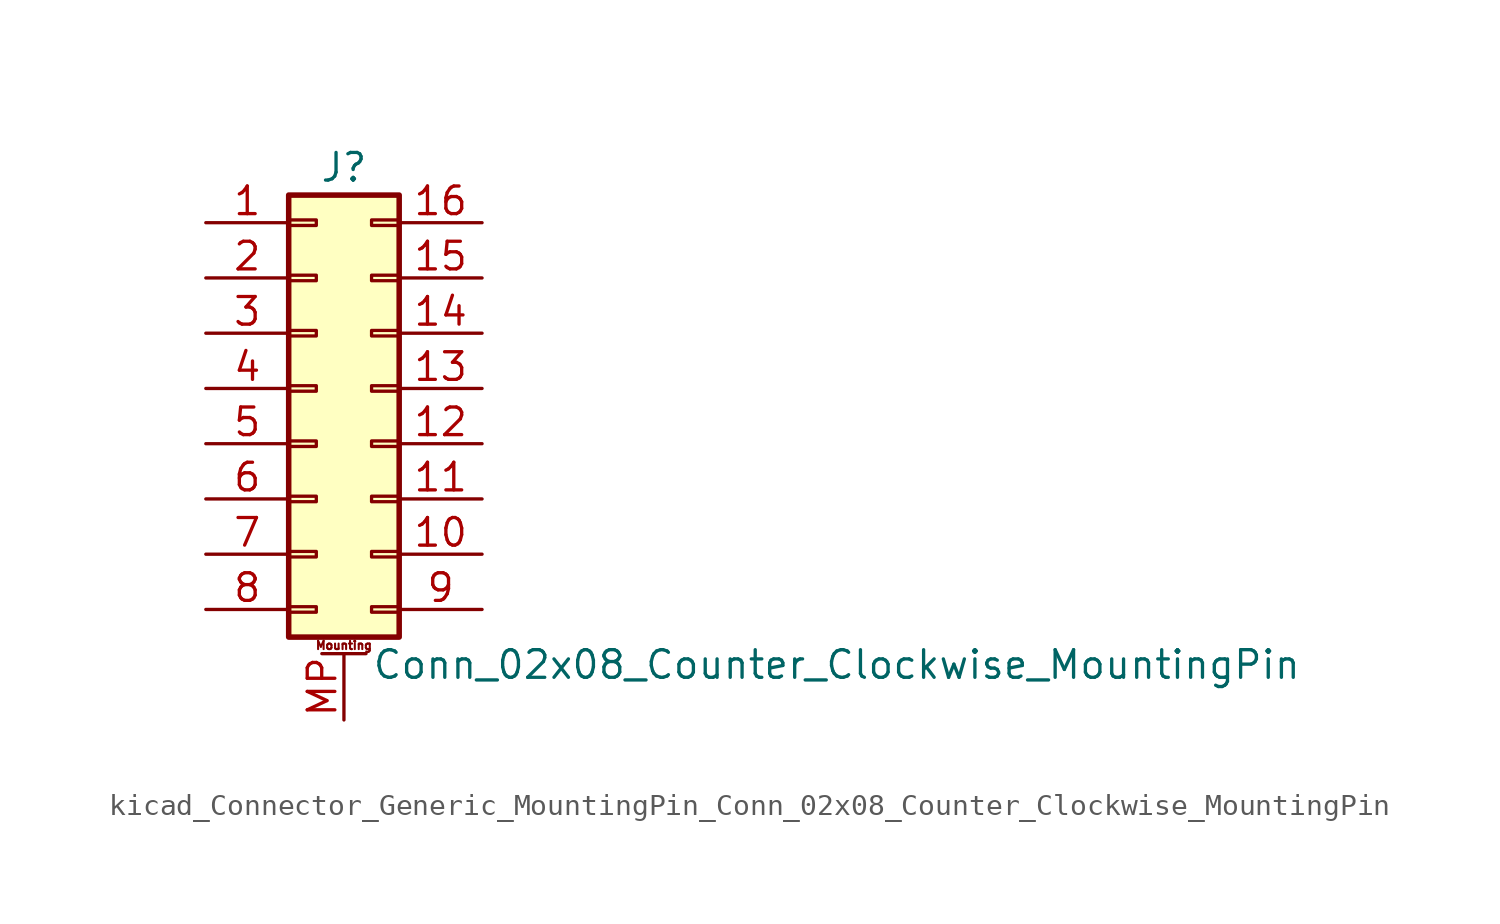
<source format=kicad_sym>
(kicad_symbol_lib
  (version 20220914)
  (generator kicad_symbol_editor)
  (symbol "kicad_Connector_Generic_MountingPin_Conn_02x08_Counter_Clockwise_MountingPin"
    (pin_names
      (offset 1.016) hide)
    (property "Reference" "J"
      (at 1.27 10.16 0)
      (effects (font (size 1.27 1.27))))
    (property "Value" "Conn_02x08_Counter_Clockwise_MountingPin"
      (at 2.54 -12.7 0)
      (effects (font (size 1.27 1.27)) (justify left)))
    (symbol "kicad_Connector_Generic_MountingPin_Conn_02x08_Counter_Clockwise_MountingPin_1_1"
      (rectangle (start -1.27 -10.033) (end 0 -10.287) (stroke (width 0.152) (type default)) (fill (type none)))
      (rectangle (start -1.27 -7.493) (end 0 -7.747) (stroke (width 0.152) (type default)) (fill (type none)))
      (rectangle (start -1.27 -4.953) (end 0 -5.207) (stroke (width 0.152) (type default)) (fill (type none)))
      (rectangle (start -1.27 -2.413) (end 0 -2.667) (stroke (width 0.152) (type default)) (fill (type none)))
      (rectangle (start -1.27 0.127) (end 0 -0.127) (stroke (width 0.152) (type default)) (fill (type none)))
      (rectangle (start -1.27 2.667) (end 0 2.413) (stroke (width 0.152) (type default)) (fill (type none)))
      (rectangle (start -1.27 5.207) (end 0 4.953) (stroke (width 0.152) (type default)) (fill (type none)))
      (rectangle (start -1.27 7.747) (end 0 7.493) (stroke (width 0.152) (type default)) (fill (type none)))
      (rectangle (start -1.27 8.89) (end 3.81 -11.43) (stroke (width 0.254) (type default)) (fill (type background)))
      (polyline (pts (xy 0.254 -12.192) (xy 2.286 -12.192)) (stroke (width 0.152) (type default)) (fill (type none)))
      (rectangle (start 3.81 -10.033) (end 2.54 -10.287) (stroke (width 0.152) (type default)) (fill (type none)))
      (rectangle (start 3.81 -7.493) (end 2.54 -7.747) (stroke (width 0.152) (type default)) (fill (type none)))
      (rectangle (start 3.81 -4.953) (end 2.54 -5.207) (stroke (width 0.152) (type default)) (fill (type none)))
      (rectangle (start 3.81 -2.413) (end 2.54 -2.667) (stroke (width 0.152) (type default)) (fill (type none)))
      (rectangle (start 3.81 0.127) (end 2.54 -0.127) (stroke (width 0.152) (type default)) (fill (type none)))
      (rectangle (start 3.81 2.667) (end 2.54 2.413) (stroke (width 0.152) (type default)) (fill (type none)))
      (rectangle (start 3.81 5.207) (end 2.54 4.953) (stroke (width 0.152) (type default)) (fill (type none)))
      (rectangle (start 3.81 7.747) (end 2.54 7.493) (stroke (width 0.152) (type default)) (fill (type none)))
      (text "Mounting" (at 1.27 -11.811 0) (effects (font (size 0.381 0.381))))
      (pin passive line (at -5.08 7.62 0) (length 3.81) (name "Pin_1" (effects (font (size 1.27 1.27)))) (number "1" (effects (font (size 1.27 1.27)))))
      (pin passive line (at 7.62 -7.62 180) (length 3.81) (name "Pin_10" (effects (font (size 1.27 1.27)))) (number "10" (effects (font (size 1.27 1.27)))))
      (pin passive line (at 7.62 -5.08 180) (length 3.81) (name "Pin_11" (effects (font (size 1.27 1.27)))) (number "11" (effects (font (size 1.27 1.27)))))
      (pin passive line (at 7.62 -2.54 180) (length 3.81) (name "Pin_12" (effects (font (size 1.27 1.27)))) (number "12" (effects (font (size 1.27 1.27)))))
      (pin passive line (at 7.62 0 180) (length 3.81) (name "Pin_13" (effects (font (size 1.27 1.27)))) (number "13" (effects (font (size 1.27 1.27)))))
      (pin passive line (at 7.62 2.54 180) (length 3.81) (name "Pin_14" (effects (font (size 1.27 1.27)))) (number "14" (effects (font (size 1.27 1.27)))))
      (pin passive line (at 7.62 5.08 180) (length 3.81) (name "Pin_15" (effects (font (size 1.27 1.27)))) (number "15" (effects (font (size 1.27 1.27)))))
      (pin passive line (at 7.62 7.62 180) (length 3.81) (name "Pin_16" (effects (font (size 1.27 1.27)))) (number "16" (effects (font (size 1.27 1.27)))))
      (pin passive line (at -5.08 5.08 0) (length 3.81) (name "Pin_2" (effects (font (size 1.27 1.27)))) (number "2" (effects (font (size 1.27 1.27)))))
      (pin passive line (at -5.08 2.54 0) (length 3.81) (name "Pin_3" (effects (font (size 1.27 1.27)))) (number "3" (effects (font (size 1.27 1.27)))))
      (pin passive line (at -5.08 0 0) (length 3.81) (name "Pin_4" (effects (font (size 1.27 1.27)))) (number "4" (effects (font (size 1.27 1.27)))))
      (pin passive line (at -5.08 -2.54 0) (length 3.81) (name "Pin_5" (effects (font (size 1.27 1.27)))) (number "5" (effects (font (size 1.27 1.27)))))
      (pin passive line (at -5.08 -5.08 0) (length 3.81) (name "Pin_6" (effects (font (size 1.27 1.27)))) (number "6" (effects (font (size 1.27 1.27)))))
      (pin passive line (at -5.08 -7.62 0) (length 3.81) (name "Pin_7" (effects (font (size 1.27 1.27)))) (number "7" (effects (font (size 1.27 1.27)))))
      (pin passive line (at -5.08 -10.16 0) (length 3.81) (name "Pin_8" (effects (font (size 1.27 1.27)))) (number "8" (effects (font (size 1.27 1.27)))))
      (pin passive line (at 7.62 -10.16 180) (length 3.81) (name "Pin_9" (effects (font (size 1.27 1.27)))) (number "9" (effects (font (size 1.27 1.27)))))
      (pin passive line (at 1.27 -15.24 90) (length 3.048) (name "MountPin" (effects (font (size 1.27 1.27)))) (number "MP" (effects (font (size 1.27 1.27))))))))
</source>
